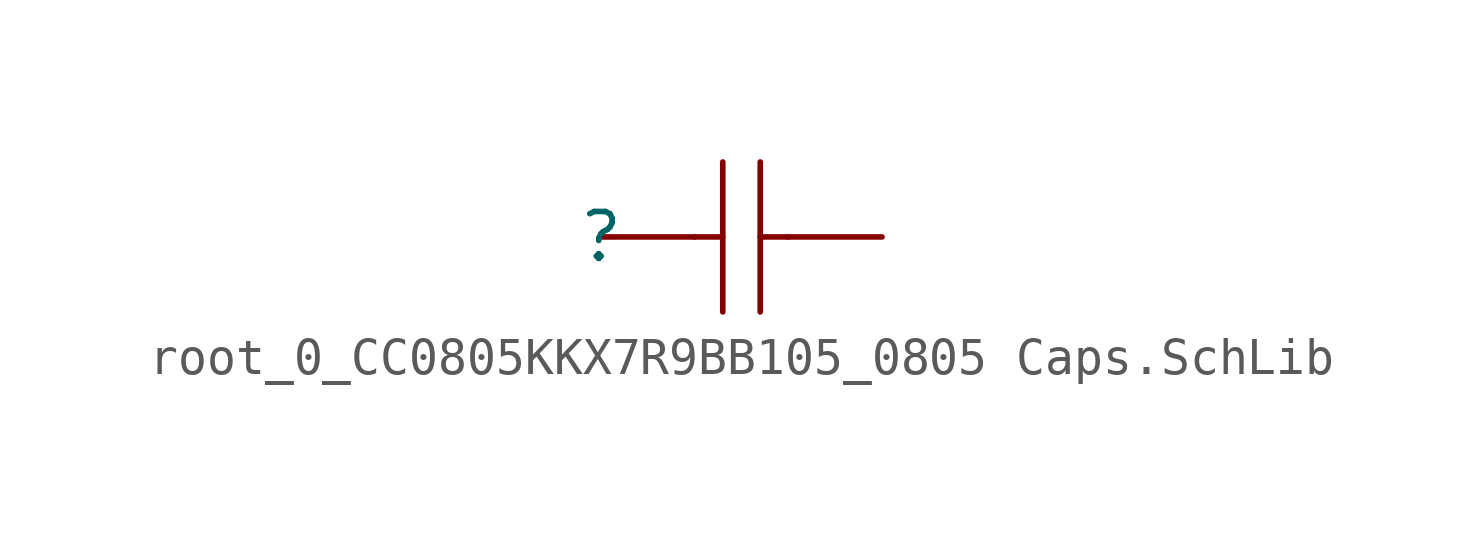
<source format=kicad_sym>
(kicad_symbol_lib
  (version 20241209)
  (generator "kicad_symbol_editor")
  (generator_version "9.0")
  (symbol "root_0_CC0805KKX7R9BB105_0805 Caps.SchLib"
    (pin_numbers
      (hide yes))
    (pin_names
      (hide yes))
    (property "Reference" ""
      (at 0 0 0)
      (effects (font (size 1.27 1.27))))
    (property "Value" ""
      (at 0 0 0)
      (effects (font (size 1.27 1.27))))
    (symbol "root_0_CC0805KKX7R9BB105_0805 Caps.SchLib_1_0"
      (polyline (pts (xy 2.54 0) (xy 3.302 0)) (stroke (width 0) (type solid)) (fill (type none)))
      (polyline (pts (xy 3.302 -2.032) (xy 3.302 2.032)) (stroke (width 0) (type solid)) (fill (type none)))
      (polyline (pts (xy 4.318 2.032) (xy 4.318 -2.032)) (stroke (width 0) (type solid)) (fill (type none)))
      (polyline (pts (xy 5.08 0) (xy 4.318 0)) (stroke (width 0) (type solid)) (fill (type none)))
      (pin passive line (at 0 0 0) (length 2.54) (name "1" (effects (font (size 1.27 1.27)))) (number "1" (effects (font (size 1.27 1.27)))))
      (pin passive line (at 7.62 0 180) (length 2.54) (name "2" (effects (font (size 1.27 1.27)))) (number "2" (effects (font (size 1.27 1.27))))))))
</source>
